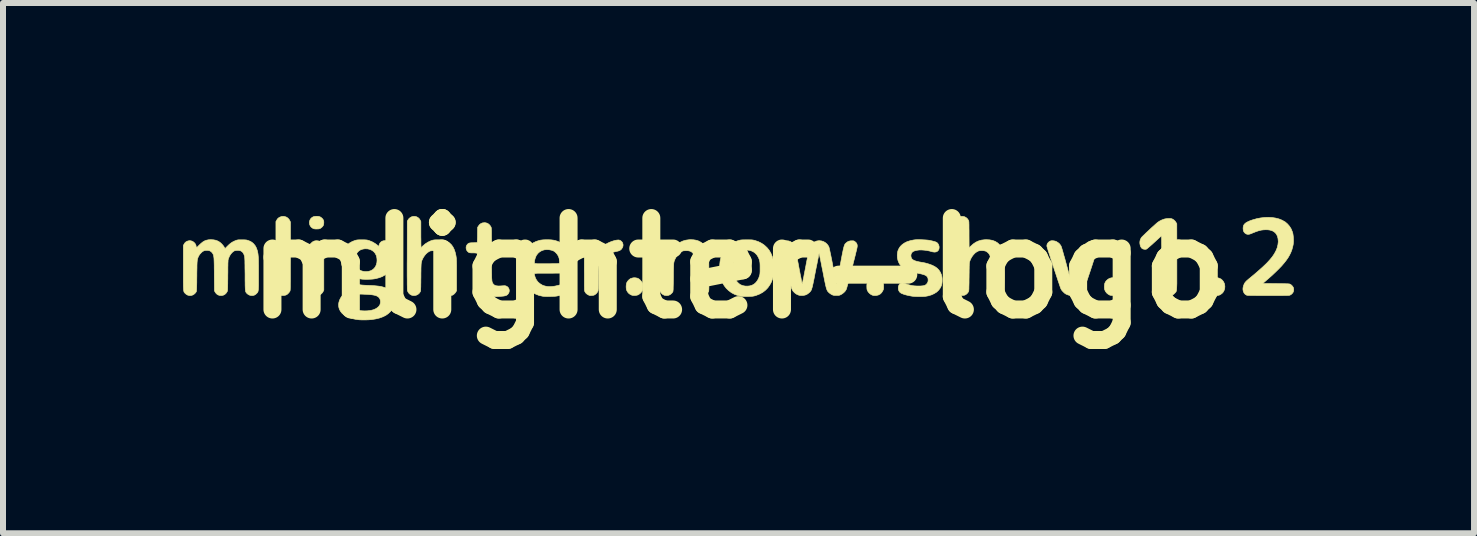
<source format=kicad_pcb>
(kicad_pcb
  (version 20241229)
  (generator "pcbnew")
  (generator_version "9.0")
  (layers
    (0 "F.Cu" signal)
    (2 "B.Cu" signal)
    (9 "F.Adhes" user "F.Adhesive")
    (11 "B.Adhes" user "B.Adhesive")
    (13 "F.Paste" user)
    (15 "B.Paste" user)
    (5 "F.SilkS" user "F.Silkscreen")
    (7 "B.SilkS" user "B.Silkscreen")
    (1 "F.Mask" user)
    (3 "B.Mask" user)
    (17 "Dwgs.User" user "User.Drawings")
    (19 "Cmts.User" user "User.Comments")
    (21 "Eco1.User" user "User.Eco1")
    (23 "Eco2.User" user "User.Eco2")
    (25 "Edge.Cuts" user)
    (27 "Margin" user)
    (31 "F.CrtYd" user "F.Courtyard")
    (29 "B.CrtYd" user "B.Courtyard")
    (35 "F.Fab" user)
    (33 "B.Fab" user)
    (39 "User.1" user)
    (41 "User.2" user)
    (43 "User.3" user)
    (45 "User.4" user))
  (footprint "mlighter-logo"
    (layer "F.Cu")
    (at 9.255 1.418)
    (property "Reference" "mlighter-logo" (at 0 0 0) (layer "F.SilkS") (effects (font (size 1.524 1.524) (thickness 0.3))))
    (attr through_hole)
    (fp_poly (pts (xy 7.987 0.161) (xy 8.016 0.169) (xy 8.043 0.183) (xy 8.066 0.203) (xy 8.085 0.229) (xy 8.099 0.26) (xy 8.101 0.267) (xy 8.106 0.302) (xy 8.104 0.336) (xy 8.095 0.368) (xy 8.08 0.397) (xy 8.059 0.421) (xy 8.033 0.44) (xy 8.015 0.449) (xy 7.996 0.454) (xy 7.972 0.457) (xy 7.949 0.457) (xy 7.929 0.454) (xy 7.925 0.453) (xy 7.897 0.441) (xy 7.871 0.421) (xy 7.849 0.397) (xy 7.835 0.373) (xy 7.83 0.362) (xy 7.827 0.35) (xy 7.826 0.334) (xy 7.825 0.313) (xy 7.825 0.309) (xy 7.827 0.279) (xy 7.831 0.255) (xy 7.839 0.235) (xy 7.851 0.216) (xy 7.87 0.197) (xy 7.87 0.197) (xy 7.897 0.177) (xy 7.927 0.165) (xy 7.957 0.159) (xy 7.987 0.161)) (stroke (width 0.01) (type solid)) (fill yes) (layer "F.SilkS"))
    (fp_poly (pts (xy -7.004 -0.863) (xy -6.988 -0.86) (xy -6.974 -0.855) (xy -6.97 -0.854) (xy -6.949 -0.84) (xy -6.93 -0.822) (xy -6.916 -0.801) (xy -6.915 -0.797) (xy -6.91 -0.78) (xy -6.909 -0.758) (xy -6.911 -0.736) (xy -6.915 -0.717) (xy -6.917 -0.713) (xy -6.927 -0.697) (xy -6.943 -0.68) (xy -6.961 -0.666) (xy -6.978 -0.657) (xy -6.98 -0.657) (xy -6.993 -0.654) (xy -7.012 -0.653) (xy -7.033 -0.652) (xy -7.053 -0.653) (xy -7.068 -0.655) (xy -7.074 -0.656) (xy -7.1 -0.668) (xy -7.121 -0.685) (xy -7.136 -0.706) (xy -7.146 -0.73) (xy -7.15 -0.756) (xy -7.147 -0.782) (xy -7.138 -0.806) (xy -7.123 -0.829) (xy -7.109 -0.841) (xy -7.092 -0.852) (xy -7.075 -0.859) (xy -7.055 -0.862) (xy -7.029 -0.864) (xy -7.025 -0.864) (xy -7.004 -0.863)) (stroke (width 0.01) (type solid)) (fill yes) (layer "F.SilkS"))
    (fp_poly (pts (xy -1.71 0.162) (xy -1.682 0.168) (xy -1.665 0.176) (xy -1.647 0.189) (xy -1.629 0.207) (xy -1.613 0.227) (xy -1.601 0.246) (xy -1.598 0.254) (xy -1.593 0.275) (xy -1.592 0.301) (xy -1.593 0.328) (xy -1.596 0.353) (xy -1.602 0.374) (xy -1.604 0.378) (xy -1.618 0.401) (xy -1.638 0.422) (xy -1.661 0.439) (xy -1.671 0.445) (xy -1.69 0.451) (xy -1.714 0.455) (xy -1.74 0.456) (xy -1.763 0.454) (xy -1.776 0.451) (xy -1.804 0.438) (xy -1.829 0.419) (xy -1.849 0.395) (xy -1.863 0.368) (xy -1.867 0.355) (xy -1.87 0.332) (xy -1.871 0.307) (xy -1.869 0.28) (xy -1.865 0.257) (xy -1.859 0.239) (xy -1.845 0.217) (xy -1.826 0.196) (xy -1.805 0.179) (xy -1.796 0.174) (xy -1.769 0.165) (xy -1.74 0.16) (xy -1.71 0.162)) (stroke (width 0.01) (type solid)) (fill yes) (layer "F.SilkS"))
    (fp_poly (pts (xy 6.268 0.163) (xy 6.296 0.171) (xy 6.322 0.187) (xy 6.343 0.207) (xy 6.358 0.226) (xy 6.368 0.243) (xy 6.374 0.263) (xy 6.377 0.287) (xy 6.378 0.309) (xy 6.377 0.33) (xy 6.376 0.345) (xy 6.374 0.357) (xy 6.371 0.367) (xy 6.366 0.377) (xy 6.349 0.403) (xy 6.327 0.426) (xy 6.3 0.444) (xy 6.299 0.445) (xy 6.278 0.452) (xy 6.253 0.456) (xy 6.226 0.456) (xy 6.201 0.453) (xy 6.186 0.449) (xy 6.159 0.433) (xy 6.134 0.412) (xy 6.115 0.385) (xy 6.111 0.376) (xy 6.104 0.361) (xy 6.101 0.348) (xy 6.099 0.333) (xy 6.098 0.314) (xy 6.098 0.311) (xy 6.1 0.279) (xy 6.105 0.253) (xy 6.116 0.23) (xy 6.131 0.209) (xy 6.133 0.208) (xy 6.159 0.185) (xy 6.188 0.169) (xy 6.22 0.161) (xy 6.234 0.16) (xy 6.268 0.163)) (stroke (width 0.01) (type solid)) (fill yes) (layer "F.SilkS"))
    (fp_poly (pts (xy -7.558 -0.859) (xy -7.53 -0.849) (xy -7.506 -0.832) (xy -7.486 -0.809) (xy -7.476 -0.791) (xy -7.465 -0.768) (xy -7.465 -0.203) (xy -7.465 -0.12) (xy -7.466 -0.044) (xy -7.466 0.023) (xy -7.466 0.084) (xy -7.466 0.137) (xy -7.466 0.184) (xy -7.466 0.225) (xy -7.467 0.26) (xy -7.467 0.289) (xy -7.467 0.314) (xy -7.468 0.334) (xy -7.468 0.35) (xy -7.469 0.362) (xy -7.47 0.37) (xy -7.471 0.376) (xy -7.471 0.378) (xy -7.479 0.393) (xy -7.492 0.41) (xy -7.508 0.427) (xy -7.524 0.44) (xy -7.533 0.445) (xy -7.549 0.451) (xy -7.57 0.455) (xy -7.592 0.456) (xy -7.613 0.455) (xy -7.627 0.452) (xy -7.646 0.442) (xy -7.666 0.427) (xy -7.684 0.408) (xy -7.694 0.394) (xy -7.707 0.37) (xy -7.707 -0.777) (xy -7.697 -0.794) (xy -7.683 -0.818) (xy -7.666 -0.835) (xy -7.645 -0.848) (xy -7.617 -0.859) (xy -7.587 -0.863) (xy -7.558 -0.859)) (stroke (width 0.01) (type solid)) (fill yes) (layer "F.SilkS"))
    (fp_poly (pts (xy 2.315 0.164) (xy 2.345 0.176) (xy 2.372 0.195) (xy 2.395 0.22) (xy 2.409 0.245) (xy 2.414 0.256) (xy 2.417 0.267) (xy 2.419 0.282) (xy 2.419 0.302) (xy 2.419 0.307) (xy 2.419 0.327) (xy 2.418 0.342) (xy 2.416 0.353) (xy 2.412 0.364) (xy 2.405 0.378) (xy 2.387 0.408) (xy 2.363 0.431) (xy 2.334 0.447) (xy 2.302 0.455) (xy 2.278 0.457) (xy 2.262 0.456) (xy 2.248 0.455) (xy 2.239 0.453) (xy 2.211 0.441) (xy 2.185 0.421) (xy 2.163 0.397) (xy 2.149 0.373) (xy 2.145 0.362) (xy 2.142 0.35) (xy 2.141 0.335) (xy 2.14 0.314) (xy 2.14 0.309) (xy 2.14 0.288) (xy 2.141 0.273) (xy 2.143 0.262) (xy 2.147 0.251) (xy 2.152 0.24) (xy 2.166 0.218) (xy 2.186 0.196) (xy 2.208 0.179) (xy 2.23 0.168) (xy 2.232 0.167) (xy 2.25 0.163) (xy 2.272 0.16) (xy 2.283 0.16) (xy 2.315 0.164)) (stroke (width 0.01) (type solid)) (fill yes) (layer "F.SilkS"))
    (fp_poly (pts (xy -7.019 -0.456) (xy -7.002 -0.454) (xy -6.986 -0.45) (xy -6.977 -0.447) (xy -6.956 -0.432) (xy -6.936 -0.413) (xy -6.921 -0.392) (xy -6.919 -0.387) (xy -6.909 -0.366) (xy -6.909 0.366) (xy -6.919 0.387) (xy -6.932 0.409) (xy -6.951 0.429) (xy -6.973 0.444) (xy -6.977 0.447) (xy -6.993 0.452) (xy -7.014 0.455) (xy -7.037 0.456) (xy -7.058 0.454) (xy -7.074 0.45) (xy -7.088 0.443) (xy -7.104 0.431) (xy -7.114 0.422) (xy -7.12 0.416) (xy -7.126 0.41) (xy -7.13 0.405) (xy -7.135 0.4) (xy -7.138 0.393) (xy -7.141 0.385) (xy -7.143 0.375) (xy -7.145 0.362) (xy -7.147 0.346) (xy -7.148 0.326) (xy -7.149 0.302) (xy -7.149 0.273) (xy -7.15 0.239) (xy -7.15 0.199) (xy -7.15 0.152) (xy -7.15 0.098) (xy -7.15 0.037) (xy -7.15 0.000001) (xy -7.15 -0.066) (xy -7.15 -0.124) (xy -7.15 -0.174) (xy -7.15 -0.218) (xy -7.15 -0.255) (xy -7.149 -0.287) (xy -7.148 -0.314) (xy -7.147 -0.336) (xy -7.146 -0.354) (xy -7.144 -0.368) (xy -7.142 -0.38) (xy -7.14 -0.389) (xy -7.136 -0.396) (xy -7.133 -0.402) (xy -7.128 -0.408) (xy -7.123 -0.413) (xy -7.118 -0.418) (xy -7.114 -0.422) (xy -7.091 -0.441) (xy -7.066 -0.452) (xy -7.038 -0.457) (xy -7.019 -0.456)) (stroke (width 0.01) (type solid)) (fill yes) (layer "F.SilkS"))
    (fp_poly (pts (xy -1.989 -0.468) (xy -1.969 -0.461) (xy -1.951 -0.448) (xy -1.936 -0.431) (xy -1.931 -0.422) (xy -1.923 -0.397) (xy -1.923 -0.37) (xy -1.931 -0.345) (xy -1.946 -0.321) (xy -1.954 -0.312) (xy -1.967 -0.301) (xy -1.981 -0.293) (xy -1.997 -0.287) (xy -2.019 -0.281) (xy -2.037 -0.278) (xy -2.095 -0.263) (xy -2.147 -0.243) (xy -2.194 -0.217) (xy -2.234 -0.185) (xy -2.268 -0.148) (xy -2.296 -0.105) (xy -2.317 -0.057) (xy -2.32 -0.049) (xy -2.323 -0.041) (xy -2.324 -0.034) (xy -2.326 -0.027) (xy -2.327 -0.017) (xy -2.328 -0.006) (xy -2.329 0.009) (xy -2.33 0.028) (xy -2.331 0.052) (xy -2.331 0.081) (xy -2.332 0.117) (xy -2.332 0.16) (xy -2.332 0.176) (xy -2.333 0.221) (xy -2.333 0.26) (xy -2.334 0.291) (xy -2.335 0.316) (xy -2.335 0.336) (xy -2.336 0.351) (xy -2.337 0.363) (xy -2.338 0.372) (xy -2.339 0.378) (xy -2.341 0.384) (xy -2.343 0.388) (xy -2.344 0.389) (xy -2.357 0.411) (xy -2.375 0.43) (xy -2.396 0.445) (xy -2.4 0.447) (xy -2.414 0.452) (xy -2.433 0.455) (xy -2.447 0.456) (xy -2.464 0.457) (xy -2.477 0.456) (xy -2.489 0.452) (xy -2.504 0.445) (xy -2.505 0.444) (xy -2.525 0.432) (xy -2.541 0.418) (xy -2.555 0.398) (xy -2.56 0.389) (xy -2.561 0.387) (xy -2.562 0.383) (xy -2.563 0.378) (xy -2.564 0.372) (xy -2.565 0.364) (xy -2.566 0.352) (xy -2.566 0.337) (xy -2.566 0.319) (xy -2.567 0.296) (xy -2.567 0.268) (xy -2.567 0.235) (xy -2.567 0.196) (xy -2.567 0.15) (xy -2.567 0.097) (xy -2.568 0.036) (xy -2.568 -0.002) (xy -2.568 -0.379) (xy -2.555 -0.402) (xy -2.537 -0.426) (xy -2.514 -0.443) (xy -2.487 -0.454) (xy -2.473 -0.456) (xy -2.445 -0.456) (xy -2.422 -0.451) (xy -2.401 -0.44) (xy -2.383 -0.423) (xy -2.367 -0.405) (xy -2.356 -0.386) (xy -2.349 -0.365) (xy -2.346 -0.339) (xy -2.345 -0.318) (xy -2.345 -0.282) (xy -2.302 -0.324) (xy -2.271 -0.353) (xy -2.243 -0.376) (xy -2.215 -0.396) (xy -2.184 -0.413) (xy -2.172 -0.419) (xy -2.144 -0.432) (xy -2.113 -0.444) (xy -2.083 -0.454) (xy -2.053 -0.462) (xy -2.026 -0.467) (xy -2.003 -0.469) (xy -1.989 -0.468)) (stroke (width 0.01) (type solid)) (fill yes) (layer "F.SilkS"))
    (fp_poly (pts (xy 7.203 -0.826) (xy 7.223 -0.822) (xy 7.228 -0.82) (xy 7.255 -0.804) (xy 7.278 -0.782) (xy 7.292 -0.761) (xy 7.305 -0.739) (xy 7.306 -0.193) (xy 7.306 -0.112) (xy 7.306 -0.039) (xy 7.306 0.027) (xy 7.306 0.085) (xy 7.306 0.137) (xy 7.306 0.182) (xy 7.306 0.221) (xy 7.306 0.256) (xy 7.305 0.285) (xy 7.304 0.31) (xy 7.303 0.33) (xy 7.302 0.347) (xy 7.301 0.361) (xy 7.299 0.372) (xy 7.297 0.381) (xy 7.295 0.388) (xy 7.292 0.394) (xy 7.289 0.399) (xy 7.285 0.403) (xy 7.281 0.407) (xy 7.277 0.412) (xy 7.274 0.415) (xy 7.255 0.434) (xy 7.236 0.446) (xy 7.215 0.453) (xy 7.188 0.456) (xy 7.186 0.456) (xy 7.158 0.455) (xy 7.138 0.452) (xy 7.135 0.451) (xy 7.114 0.44) (xy 7.094 0.423) (xy 7.076 0.403) (xy 7.066 0.388) (xy 7.055 0.366) (xy 7.054 -0.086) (xy 7.054 -0.147) (xy 7.053 -0.205) (xy 7.053 -0.261) (xy 7.053 -0.313) (xy 7.053 -0.361) (xy 7.052 -0.405) (xy 7.052 -0.443) (xy 7.052 -0.476) (xy 7.051 -0.502) (xy 7.051 -0.521) (xy 7.051 -0.533) (xy 7.05 -0.538) (xy 7.05 -0.538) (xy 7.047 -0.535) (xy 7.038 -0.527) (xy 7.024 -0.515) (xy 7.006 -0.499) (xy 6.984 -0.479) (xy 6.96 -0.457) (xy 6.934 -0.433) (xy 6.93 -0.43) (xy 6.903 -0.405) (xy 6.877 -0.382) (xy 6.854 -0.362) (xy 6.834 -0.345) (xy 6.818 -0.331) (xy 6.807 -0.322) (xy 6.801 -0.318) (xy 6.801 -0.317) (xy 6.781 -0.313) (xy 6.758 -0.315) (xy 6.738 -0.321) (xy 6.733 -0.323) (xy 6.717 -0.336) (xy 6.704 -0.356) (xy 6.695 -0.381) (xy 6.69 -0.408) (xy 6.689 -0.436) (xy 6.694 -0.463) (xy 6.695 -0.467) (xy 6.702 -0.485) (xy 6.711 -0.502) (xy 6.716 -0.51) (xy 6.721 -0.516) (xy 6.733 -0.528) (xy 6.748 -0.543) (xy 6.768 -0.562) (xy 6.79 -0.584) (xy 6.815 -0.607) (xy 6.841 -0.631) (xy 6.867 -0.656) (xy 6.893 -0.68) (xy 6.918 -0.702) (xy 6.941 -0.723) (xy 6.96 -0.74) (xy 6.976 -0.754) (xy 6.987 -0.763) (xy 7.017 -0.783) (xy 7.052 -0.801) (xy 7.089 -0.815) (xy 7.098 -0.818) (xy 7.124 -0.823) (xy 7.151 -0.826) (xy 7.179 -0.827) (xy 7.203 -0.826)) (stroke (width 0.01) (type solid)) (fill yes) (layer "F.SilkS"))
    (fp_poly (pts (xy 5.927 -0.456) (xy 5.938 -0.453) (xy 5.947 -0.448) (xy 5.969 -0.432) (xy 5.984 -0.411) (xy 5.992 -0.386) (xy 5.993 -0.378) (xy 5.993 -0.373) (xy 5.993 -0.368) (xy 5.992 -0.361) (xy 5.991 -0.352) (xy 5.988 -0.341) (xy 5.984 -0.328) (xy 5.979 -0.311) (xy 5.973 -0.29) (xy 5.965 -0.264) (xy 5.955 -0.234) (xy 5.943 -0.198) (xy 5.929 -0.155) (xy 5.913 -0.107) (xy 5.895 -0.051) (xy 5.883 -0.015) (xy 5.866 0.037) (xy 5.849 0.087) (xy 5.833 0.135) (xy 5.818 0.18) (xy 5.804 0.22) (xy 5.792 0.256) (xy 5.781 0.287) (xy 5.772 0.313) (xy 5.766 0.332) (xy 5.761 0.343) (xy 5.76 0.347) (xy 5.74 0.377) (xy 5.714 0.404) (xy 5.683 0.427) (xy 5.649 0.445) (xy 5.629 0.451) (xy 5.608 0.455) (xy 5.583 0.457) (xy 5.555 0.457) (xy 5.529 0.455) (xy 5.507 0.451) (xy 5.499 0.449) (xy 5.482 0.443) (xy 5.464 0.435) (xy 5.457 0.432) (xy 5.44 0.421) (xy 5.422 0.405) (xy 5.403 0.386) (xy 5.387 0.367) (xy 5.376 0.349) (xy 5.373 0.342) (xy 5.367 0.328) (xy 5.36 0.307) (xy 5.351 0.28) (xy 5.34 0.248) (xy 5.327 0.211) (xy 5.314 0.171) (xy 5.3 0.129) (xy 5.285 0.083) (xy 5.269 0.037) (xy 5.254 -0.01) (xy 5.238 -0.057) (xy 5.223 -0.104) (xy 5.208 -0.148) (xy 5.195 -0.191) (xy 5.182 -0.231) (xy 5.17 -0.267) (xy 5.16 -0.298) (xy 5.152 -0.325) (xy 5.146 -0.345) (xy 5.142 -0.359) (xy 5.14 -0.365) (xy 5.141 -0.386) (xy 5.149 -0.408) (xy 5.163 -0.427) (xy 5.181 -0.443) (xy 5.201 -0.453) (xy 5.221 -0.457) (xy 5.245 -0.456) (xy 5.271 -0.452) (xy 5.294 -0.445) (xy 5.297 -0.443) (xy 5.325 -0.426) (xy 5.351 -0.404) (xy 5.371 -0.377) (xy 5.375 -0.369) (xy 5.379 -0.361) (xy 5.384 -0.346) (xy 5.391 -0.324) (xy 5.4 -0.295) (xy 5.41 -0.259) (xy 5.422 -0.215) (xy 5.437 -0.165) (xy 5.453 -0.106) (xy 5.471 -0.039) (xy 5.478 -0.014) (xy 5.492 0.037) (xy 5.505 0.086) (xy 5.518 0.132) (xy 5.53 0.174) (xy 5.54 0.212) (xy 5.55 0.245) (xy 5.557 0.273) (xy 5.564 0.294) (xy 5.568 0.309) (xy 5.57 0.317) (xy 5.571 0.318) (xy 5.572 0.314) (xy 5.576 0.302) (xy 5.581 0.283) (xy 5.588 0.259) (xy 5.597 0.228) (xy 5.607 0.192) (xy 5.618 0.152) (xy 5.631 0.108) (xy 5.644 0.061) (xy 5.658 0.011) (xy 5.664 -0.012) (xy 5.678 -0.063) (xy 5.692 -0.113) (xy 5.705 -0.161) (xy 5.718 -0.205) (xy 5.729 -0.246) (xy 5.739 -0.281) (xy 5.748 -0.312) (xy 5.756 -0.336) (xy 5.761 -0.355) (xy 5.765 -0.365) (xy 5.766 -0.367) (xy 5.784 -0.398) (xy 5.809 -0.423) (xy 5.838 -0.441) (xy 5.871 -0.453) (xy 5.896 -0.456) (xy 5.914 -0.457) (xy 5.927 -0.456)) (stroke (width 0.01) (type solid)) (fill yes) (layer "F.SilkS"))
    (fp_poly (pts (xy 0.171 -0.472) (xy 0.195 -0.471) (xy 0.214 -0.471) (xy 0.229 -0.47) (xy 0.242 -0.468) (xy 0.254 -0.466) (xy 0.266 -0.463) (xy 0.277 -0.46) (xy 0.335 -0.44) (xy 0.388 -0.413) (xy 0.435 -0.38) (xy 0.477 -0.341) (xy 0.513 -0.297) (xy 0.542 -0.246) (xy 0.565 -0.19) (xy 0.582 -0.129) (xy 0.586 -0.108) (xy 0.591 -0.075) (xy 0.593 -0.036) (xy 0.594 0.005) (xy 0.593 0.045) (xy 0.59 0.083) (xy 0.586 0.108) (xy 0.572 0.17) (xy 0.551 0.228) (xy 0.523 0.28) (xy 0.49 0.327) (xy 0.45 0.368) (xy 0.405 0.403) (xy 0.354 0.431) (xy 0.299 0.453) (xy 0.277 0.46) (xy 0.261 0.464) (xy 0.246 0.467) (xy 0.232 0.469) (xy 0.215 0.47) (xy 0.194 0.471) (xy 0.167 0.472) (xy 0.155 0.472) (xy 0.127 0.473) (xy 0.101 0.472) (xy 0.078 0.472) (xy 0.06 0.471) (xy 0.049 0.47) (xy -0.009 0.457) (xy -0.064 0.437) (xy -0.115 0.41) (xy -0.161 0.376) (xy -0.202 0.337) (xy -0.236 0.293) (xy -0.262 0.249) (xy -0.282 0.203) (xy -0.297 0.154) (xy -0.307 0.1) (xy -0.313 0.042) (xy -0.314 0) (xy -0.313 -0.011) (xy -0.082 -0.011) (xy -0.082 0.002) (xy -0.082 0.041) (xy -0.08 0.074) (xy -0.077 0.101) (xy -0.072 0.126) (xy -0.066 0.148) (xy -0.057 0.171) (xy -0.05 0.186) (xy -0.037 0.208) (xy -0.019 0.231) (xy 0.002 0.252) (xy 0.024 0.27) (xy 0.04 0.279) (xy 0.074 0.292) (xy 0.112 0.299) (xy 0.152 0.3) (xy 0.19 0.296) (xy 0.191 0.296) (xy 0.229 0.284) (xy 0.263 0.265) (xy 0.293 0.238) (xy 0.318 0.205) (xy 0.338 0.166) (xy 0.352 0.125) (xy 0.355 0.113) (xy 0.358 0.101) (xy 0.359 0.088) (xy 0.36 0.072) (xy 0.361 0.053) (xy 0.361 0.027) (xy 0.361 0) (xy 0.361 -0.038) (xy 0.36 -0.07) (xy 0.358 -0.096) (xy 0.354 -0.119) (xy 0.349 -0.139) (xy 0.341 -0.159) (xy 0.332 -0.18) (xy 0.33 -0.184) (xy 0.308 -0.219) (xy 0.281 -0.248) (xy 0.249 -0.272) (xy 0.214 -0.288) (xy 0.176 -0.298) (xy 0.137 -0.301) (xy 0.097 -0.297) (xy 0.057 -0.285) (xy 0.033 -0.274) (xy 0.004 -0.254) (xy -0.023 -0.227) (xy -0.045 -0.193) (xy -0.063 -0.153) (xy -0.073 -0.119) (xy -0.076 -0.105) (xy -0.079 -0.092) (xy -0.081 -0.078) (xy -0.082 -0.06) (xy -0.082 -0.039) (xy -0.082 -0.011) (xy -0.313 -0.011) (xy -0.311 -0.062) (xy -0.305 -0.117) (xy -0.294 -0.167) (xy -0.278 -0.214) (xy -0.257 -0.259) (xy -0.235 -0.294) (xy -0.2 -0.339) (xy -0.16 -0.378) (xy -0.113 -0.411) (xy -0.061 -0.438) (xy -0.005 -0.458) (xy 0.004 -0.461) (xy 0.018 -0.464) (xy 0.03 -0.467) (xy 0.042 -0.469) (xy 0.056 -0.47) (xy 0.072 -0.471) (xy 0.093 -0.471) (xy 0.121 -0.472) (xy 0.14 -0.472) (xy 0.171 -0.472)) (stroke (width 0.01) (type solid)) (fill yes) (layer "F.SilkS"))
    (fp_poly (pts (xy 3.742 -0.862) (xy 3.768 -0.856) (xy 3.793 -0.843) (xy 3.815 -0.824) (xy 3.832 -0.799) (xy 3.834 -0.795) (xy 3.836 -0.79) (xy 3.838 -0.785) (xy 3.839 -0.779) (xy 3.84 -0.77) (xy 3.841 -0.758) (xy 3.841 -0.742) (xy 3.842 -0.721) (xy 3.842 -0.696) (xy 3.842 -0.664) (xy 3.843 -0.626) (xy 3.843 -0.58) (xy 3.843 -0.56) (xy 3.844 -0.339) (xy 3.874 -0.368) (xy 3.915 -0.404) (xy 3.958 -0.433) (xy 4.002 -0.453) (xy 4.051 -0.467) (xy 4.103 -0.473) (xy 4.132 -0.474) (xy 4.186 -0.471) (xy 4.234 -0.462) (xy 4.277 -0.446) (xy 4.314 -0.424) (xy 4.347 -0.395) (xy 4.374 -0.36) (xy 4.396 -0.317) (xy 4.413 -0.268) (xy 4.419 -0.245) (xy 4.424 -0.223) (xy 4.429 -0.197) (xy 4.432 -0.174) (xy 4.432 -0.171) (xy 4.433 -0.158) (xy 4.434 -0.138) (xy 4.435 -0.112) (xy 4.435 -0.081) (xy 4.436 -0.046) (xy 4.436 -0.007) (xy 4.436 0.034) (xy 4.437 0.076) (xy 4.437 0.119) (xy 4.437 0.162) (xy 4.436 0.203) (xy 4.436 0.242) (xy 4.435 0.279) (xy 4.435 0.311) (xy 4.434 0.338) (xy 4.433 0.36) (xy 4.433 0.375) (xy 4.432 0.382) (xy 4.423 0.4) (xy 4.408 0.419) (xy 4.39 0.435) (xy 4.371 0.447) (xy 4.343 0.456) (xy 4.315 0.457) (xy 4.287 0.451) (xy 4.262 0.438) (xy 4.24 0.418) (xy 4.224 0.395) (xy 4.214 0.375) (xy 4.212 0.119) (xy 4.211 0.062) (xy 4.21 0.013) (xy 4.21 -0.029) (xy 4.209 -0.064) (xy 4.208 -0.094) (xy 4.207 -0.119) (xy 4.206 -0.139) (xy 4.204 -0.156) (xy 4.202 -0.171) (xy 4.199 -0.183) (xy 4.196 -0.194) (xy 4.193 -0.204) (xy 4.189 -0.214) (xy 4.186 -0.22) (xy 4.172 -0.243) (xy 4.152 -0.263) (xy 4.129 -0.279) (xy 4.114 -0.285) (xy 4.091 -0.29) (xy 4.065 -0.292) (xy 4.037 -0.292) (xy 4.013 -0.289) (xy 4 -0.286) (xy 3.972 -0.272) (xy 3.943 -0.251) (xy 3.917 -0.224) (xy 3.893 -0.192) (xy 3.872 -0.156) (xy 3.856 -0.117) (xy 3.856 -0.116) (xy 3.854 -0.11) (xy 3.852 -0.103) (xy 3.851 -0.096) (xy 3.849 -0.088) (xy 3.848 -0.077) (xy 3.847 -0.064) (xy 3.847 -0.047) (xy 3.846 -0.026) (xy 3.846 0.000221) (xy 3.845 0.032) (xy 3.845 0.071) (xy 3.844 0.117) (xy 3.844 0.144) (xy 3.843 0.198) (xy 3.843 0.244) (xy 3.842 0.283) (xy 3.841 0.314) (xy 3.841 0.34) (xy 3.84 0.359) (xy 3.839 0.373) (xy 3.837 0.382) (xy 3.836 0.387) (xy 3.824 0.408) (xy 3.806 0.428) (xy 3.786 0.443) (xy 3.764 0.452) (xy 3.738 0.456) (xy 3.712 0.456) (xy 3.689 0.451) (xy 3.683 0.449) (xy 3.656 0.432) (xy 3.635 0.409) (xy 3.625 0.392) (xy 3.615 0.37) (xy 3.615 -0.203) (xy 3.615 -0.777) (xy 3.626 -0.799) (xy 3.643 -0.825) (xy 3.664 -0.843) (xy 3.688 -0.856) (xy 3.715 -0.862) (xy 3.742 -0.862)) (stroke (width 0.01) (type solid)) (fill yes) (layer "F.SilkS"))
    (fp_poly (pts (xy 3.057 -0.473) (xy 3.095 -0.471) (xy 3.13 -0.469) (xy 3.162 -0.466) (xy 3.186 -0.462) (xy 3.228 -0.453) (xy 3.262 -0.444) (xy 3.288 -0.436) (xy 3.306 -0.427) (xy 3.309 -0.425) (xy 3.325 -0.408) (xy 3.337 -0.386) (xy 3.344 -0.361) (xy 3.345 -0.347) (xy 3.342 -0.32) (xy 3.332 -0.298) (xy 3.317 -0.282) (xy 3.296 -0.271) (xy 3.271 -0.267) (xy 3.242 -0.27) (xy 3.225 -0.274) (xy 3.181 -0.286) (xy 3.136 -0.295) (xy 3.092 -0.3) (xy 3.049 -0.303) (xy 3.009 -0.302) (xy 2.973 -0.297) (xy 2.942 -0.29) (xy 2.916 -0.28) (xy 2.898 -0.267) (xy 2.897 -0.266) (xy 2.884 -0.249) (xy 2.877 -0.232) (xy 2.874 -0.21) (xy 2.874 -0.206) (xy 2.877 -0.184) (xy 2.884 -0.165) (xy 2.896 -0.148) (xy 2.915 -0.135) (xy 2.94 -0.123) (xy 2.972 -0.113) (xy 3.012 -0.104) (xy 3.028 -0.101) (xy 3.063 -0.095) (xy 3.091 -0.09) (xy 3.115 -0.085) (xy 3.137 -0.079) (xy 3.158 -0.073) (xy 3.177 -0.067) (xy 3.229 -0.048) (xy 3.274 -0.025) (xy 3.311 0.001) (xy 3.341 0.032) (xy 3.364 0.067) (xy 3.381 0.106) (xy 3.389 0.135) (xy 3.394 0.164) (xy 3.395 0.196) (xy 3.394 0.23) (xy 3.39 0.262) (xy 3.383 0.288) (xy 3.382 0.293) (xy 3.362 0.333) (xy 3.336 0.368) (xy 3.303 0.399) (xy 3.263 0.424) (xy 3.218 0.445) (xy 3.166 0.461) (xy 3.118 0.47) (xy 3.097 0.472) (xy 3.07 0.473) (xy 3.039 0.474) (xy 3.006 0.473) (xy 2.972 0.473) (xy 2.94 0.472) (xy 2.913 0.47) (xy 2.896 0.468) (xy 2.862 0.462) (xy 2.827 0.455) (xy 2.794 0.447) (xy 2.762 0.438) (xy 2.735 0.428) (xy 2.714 0.419) (xy 2.707 0.415) (xy 2.687 0.399) (xy 2.673 0.377) (xy 2.665 0.351) (xy 2.664 0.323) (xy 2.666 0.306) (xy 2.675 0.282) (xy 2.689 0.264) (xy 2.71 0.252) (xy 2.718 0.249) (xy 2.727 0.247) (xy 2.734 0.247) (xy 2.743 0.248) (xy 2.755 0.251) (xy 2.772 0.256) (xy 2.788 0.262) (xy 2.829 0.275) (xy 2.866 0.285) (xy 2.9 0.292) (xy 2.934 0.296) (xy 2.971 0.298) (xy 2.997 0.298) (xy 3.033 0.298) (xy 3.061 0.296) (xy 3.084 0.293) (xy 3.102 0.288) (xy 3.117 0.281) (xy 3.13 0.271) (xy 3.131 0.27) (xy 3.148 0.25) (xy 3.159 0.225) (xy 3.162 0.199) (xy 3.159 0.172) (xy 3.154 0.158) (xy 3.147 0.145) (xy 3.137 0.134) (xy 3.124 0.124) (xy 3.106 0.115) (xy 3.084 0.107) (xy 3.055 0.099) (xy 3.02 0.091) (xy 2.988 0.085) (xy 2.924 0.07) (xy 2.867 0.054) (xy 2.818 0.036) (xy 2.776 0.015) (xy 2.741 -0.009) (xy 2.711 -0.035) (xy 2.688 -0.064) (xy 2.674 -0.089) (xy 2.658 -0.13) (xy 2.649 -0.174) (xy 2.647 -0.219) (xy 2.652 -0.264) (xy 2.658 -0.289) (xy 2.675 -0.327) (xy 2.698 -0.362) (xy 2.729 -0.392) (xy 2.766 -0.418) (xy 2.809 -0.44) (xy 2.859 -0.456) (xy 2.914 -0.468) (xy 2.928 -0.47) (xy 2.953 -0.473) (xy 2.984 -0.474) (xy 3.02 -0.474) (xy 3.057 -0.473)) (stroke (width 0.01) (type solid)) (fill yes) (layer "F.SilkS"))
    (fp_poly (pts (xy -0.749 -0.472) (xy -0.71 -0.466) (xy -0.674 -0.456) (xy -0.656 -0.448) (xy -0.621 -0.429) (xy -0.59 -0.405) (xy -0.564 -0.376) (xy -0.543 -0.341) (xy -0.524 -0.301) (xy -0.509 -0.253) (xy -0.503 -0.224) (xy -0.501 -0.216) (xy -0.499 -0.207) (xy -0.498 -0.198) (xy -0.497 -0.188) (xy -0.496 -0.175) (xy -0.495 -0.159) (xy -0.495 -0.14) (xy -0.494 -0.117) (xy -0.494 -0.089) (xy -0.493 -0.055) (xy -0.493 -0.014) (xy -0.493 0.033) (xy -0.492 0.088) (xy -0.492 0.091) (xy -0.492 0.155) (xy -0.492 0.211) (xy -0.492 0.259) (xy -0.492 0.299) (xy -0.492 0.331) (xy -0.493 0.355) (xy -0.494 0.371) (xy -0.495 0.38) (xy -0.495 0.381) (xy -0.503 0.398) (xy -0.517 0.416) (xy -0.534 0.432) (xy -0.552 0.445) (xy -0.557 0.447) (xy -0.585 0.456) (xy -0.613 0.457) (xy -0.641 0.451) (xy -0.666 0.438) (xy -0.688 0.418) (xy -0.704 0.395) (xy -0.713 0.375) (xy -0.716 0.116) (xy -0.716 0.06) (xy -0.717 0.011) (xy -0.718 -0.031) (xy -0.718 -0.067) (xy -0.719 -0.096) (xy -0.72 -0.121) (xy -0.722 -0.142) (xy -0.724 -0.159) (xy -0.726 -0.174) (xy -0.729 -0.186) (xy -0.732 -0.197) (xy -0.736 -0.207) (xy -0.74 -0.217) (xy -0.745 -0.227) (xy -0.761 -0.252) (xy -0.781 -0.27) (xy -0.806 -0.283) (xy -0.836 -0.29) (xy -0.873 -0.291) (xy -0.878 -0.291) (xy -0.899 -0.29) (xy -0.914 -0.289) (xy -0.925 -0.286) (xy -0.937 -0.281) (xy -0.947 -0.275) (xy -0.974 -0.257) (xy -1.001 -0.233) (xy -1.025 -0.204) (xy -1.045 -0.173) (xy -1.049 -0.164) (xy -1.056 -0.151) (xy -1.061 -0.139) (xy -1.066 -0.128) (xy -1.07 -0.117) (xy -1.073 -0.105) (xy -1.076 -0.091) (xy -1.078 -0.075) (xy -1.079 -0.056) (xy -1.08 -0.032) (xy -1.081 -0.004) (xy -1.082 0.03) (xy -1.083 0.071) (xy -1.083 0.118) (xy -1.083 0.15) (xy -1.084 0.206) (xy -1.085 0.254) (xy -1.086 0.294) (xy -1.087 0.327) (xy -1.087 0.352) (xy -1.089 0.371) (xy -1.09 0.384) (xy -1.091 0.39) (xy -1.091 0.39) (xy -1.101 0.407) (xy -1.117 0.424) (xy -1.135 0.439) (xy -1.149 0.447) (xy -1.173 0.455) (xy -1.2 0.457) (xy -1.227 0.454) (xy -1.237 0.451) (xy -1.261 0.439) (xy -1.282 0.42) (xy -1.298 0.397) (xy -1.31 0.375) (xy -1.311 0.007) (xy -1.312 -0.06) (xy -1.312 -0.119) (xy -1.312 -0.17) (xy -1.312 -0.215) (xy -1.312 -0.253) (xy -1.311 -0.285) (xy -1.311 -0.313) (xy -1.31 -0.335) (xy -1.309 -0.354) (xy -1.308 -0.369) (xy -1.306 -0.381) (xy -1.304 -0.39) (xy -1.302 -0.398) (xy -1.299 -0.404) (xy -1.296 -0.409) (xy -1.292 -0.414) (xy -1.288 -0.419) (xy -1.287 -0.42) (xy -1.266 -0.438) (xy -1.241 -0.451) (xy -1.214 -0.457) (xy -1.186 -0.456) (xy -1.158 -0.447) (xy -1.157 -0.446) (xy -1.132 -0.43) (xy -1.112 -0.408) (xy -1.099 -0.382) (xy -1.093 -0.354) (xy -1.092 -0.346) (xy -1.092 -0.329) (xy -1.059 -0.362) (xy -1.017 -0.4) (xy -0.972 -0.43) (xy -0.925 -0.452) (xy -0.876 -0.466) (xy -0.823 -0.473) (xy -0.795 -0.474) (xy -0.749 -0.472)) (stroke (width 0.01) (type solid)) (fill yes) (layer "F.SilkS"))
    (fp_poly (pts (xy 8.893 -0.843) (xy 8.952 -0.834) (xy 9.007 -0.82) (xy 9.057 -0.8) (xy 9.102 -0.775) (xy 9.112 -0.769) (xy 9.15 -0.736) (xy 9.183 -0.698) (xy 9.21 -0.655) (xy 9.23 -0.607) (xy 9.238 -0.582) (xy 9.243 -0.552) (xy 9.247 -0.517) (xy 9.249 -0.479) (xy 9.249 -0.441) (xy 9.246 -0.406) (xy 9.244 -0.389) (xy 9.234 -0.346) (xy 9.222 -0.303) (xy 9.205 -0.26) (xy 9.184 -0.217) (xy 9.159 -0.174) (xy 9.129 -0.131) (xy 9.093 -0.085) (xy 9.053 -0.038) (xy 9.006 0.011) (xy 8.953 0.063) (xy 8.894 0.119) (xy 8.827 0.178) (xy 8.806 0.196) (xy 8.737 0.256) (xy 8.958 0.258) (xy 9.007 0.259) (xy 9.049 0.259) (xy 9.083 0.26) (xy 9.111 0.26) (xy 9.133 0.261) (xy 9.151 0.261) (xy 9.164 0.262) (xy 9.174 0.263) (xy 9.182 0.264) (xy 9.188 0.265) (xy 9.192 0.267) (xy 9.196 0.269) (xy 9.198 0.27) (xy 9.216 0.283) (xy 9.232 0.3) (xy 9.245 0.319) (xy 9.25 0.332) (xy 9.253 0.353) (xy 9.252 0.376) (xy 9.246 0.396) (xy 9.244 0.401) (xy 9.231 0.42) (xy 9.213 0.437) (xy 9.193 0.449) (xy 9.193 0.449) (xy 9.189 0.451) (xy 9.185 0.452) (xy 9.18 0.453) (xy 9.173 0.454) (xy 9.163 0.455) (xy 9.15 0.455) (xy 9.134 0.456) (xy 9.114 0.456) (xy 9.089 0.456) (xy 9.059 0.457) (xy 9.023 0.457) (xy 8.981 0.457) (xy 8.932 0.457) (xy 8.875 0.457) (xy 8.829 0.457) (xy 8.764 0.457) (xy 8.707 0.457) (xy 8.657 0.457) (xy 8.615 0.456) (xy 8.579 0.456) (xy 8.549 0.456) (xy 8.525 0.455) (xy 8.505 0.455) (xy 8.491 0.454) (xy 8.48 0.453) (xy 8.473 0.452) (xy 8.469 0.451) (xy 8.469 0.451) (xy 8.445 0.437) (xy 8.427 0.416) (xy 8.415 0.392) (xy 8.408 0.363) (xy 8.408 0.332) (xy 8.415 0.299) (xy 8.428 0.265) (xy 8.428 0.265) (xy 8.435 0.252) (xy 8.443 0.24) (xy 8.453 0.228) (xy 8.466 0.214) (xy 8.483 0.199) (xy 8.505 0.18) (xy 8.532 0.158) (xy 8.54 0.151) (xy 8.59 0.11) (xy 8.639 0.068) (xy 8.688 0.025) (xy 8.734 -0.016) (xy 8.775 -0.055) (xy 8.802 -0.081) (xy 8.853 -0.136) (xy 8.896 -0.188) (xy 8.931 -0.24) (xy 8.958 -0.29) (xy 8.978 -0.339) (xy 8.99 -0.388) (xy 8.996 -0.437) (xy 8.996 -0.448) (xy 8.992 -0.491) (xy 8.983 -0.529) (xy 8.967 -0.562) (xy 8.946 -0.589) (xy 8.919 -0.61) (xy 8.905 -0.618) (xy 8.879 -0.628) (xy 8.852 -0.635) (xy 8.822 -0.639) (xy 8.787 -0.64) (xy 8.748 -0.638) (xy 8.71 -0.633) (xy 8.67 -0.623) (xy 8.627 -0.609) (xy 8.58 -0.59) (xy 8.565 -0.584) (xy 8.536 -0.572) (xy 8.513 -0.565) (xy 8.493 -0.563) (xy 8.475 -0.565) (xy 8.459 -0.571) (xy 8.438 -0.586) (xy 8.422 -0.606) (xy 8.413 -0.631) (xy 8.41 -0.661) (xy 8.41 -0.663) (xy 8.412 -0.687) (xy 8.417 -0.708) (xy 8.427 -0.727) (xy 8.442 -0.743) (xy 8.462 -0.759) (xy 8.489 -0.773) (xy 8.522 -0.788) (xy 8.564 -0.803) (xy 8.568 -0.804) (xy 8.634 -0.823) (xy 8.7 -0.836) (xy 8.766 -0.844) (xy 8.83 -0.846) (xy 8.893 -0.843)) (stroke (width 0.01) (type solid)) (fill yes) (layer "F.SilkS"))
    (fp_poly (pts (xy -3.167 -0.473) (xy -3.122 -0.471) (xy -3.082 -0.466) (xy -3.047 -0.458) (xy -3.014 -0.447) (xy -2.98 -0.433) (xy -2.979 -0.432) (xy -2.933 -0.405) (xy -2.892 -0.371) (xy -2.855 -0.331) (xy -2.824 -0.287) (xy -2.799 -0.237) (xy -2.78 -0.184) (xy -2.767 -0.129) (xy -2.763 -0.071) (xy -2.762 -0.063) (xy -2.763 -0.043) (xy -2.763 -0.029) (xy -2.765 -0.018) (xy -2.769 -0.009) (xy -2.774 0.002) (xy -2.775 0.004) (xy -2.795 0.032) (xy -2.822 0.055) (xy -2.853 0.071) (xy -2.887 0.08) (xy -2.898 0.081) (xy -2.916 0.082) (xy -2.942 0.083) (xy -2.974 0.083) (xy -3.013 0.084) (xy -3.057 0.084) (xy -3.106 0.085) (xy -3.155 0.085) (xy -3.207 0.085) (xy -3.252 0.085) (xy -3.289 0.085) (xy -3.32 0.085) (xy -3.344 0.085) (xy -3.364 0.086) (xy -3.378 0.088) (xy -3.388 0.09) (xy -3.395 0.092) (xy -3.399 0.096) (xy -3.4 0.1) (xy -3.4 0.106) (xy -3.399 0.112) (xy -3.397 0.12) (xy -3.396 0.124) (xy -3.383 0.164) (xy -3.364 0.2) (xy -3.338 0.233) (xy -3.306 0.26) (xy -3.27 0.282) (xy -3.246 0.292) (xy -3.212 0.301) (xy -3.178 0.307) (xy -3.142 0.308) (xy -3.102 0.306) (xy -3.058 0.3) (xy -3.009 0.289) (xy -2.954 0.275) (xy -2.952 0.274) (xy -2.928 0.272) (xy -2.905 0.277) (xy -2.884 0.288) (xy -2.868 0.305) (xy -2.862 0.315) (xy -2.854 0.34) (xy -2.855 0.366) (xy -2.863 0.393) (xy -2.864 0.393) (xy -2.872 0.407) (xy -2.882 0.418) (xy -2.895 0.428) (xy -2.913 0.436) (xy -2.936 0.444) (xy -2.965 0.452) (xy -2.999 0.46) (xy -3.019 0.464) (xy -3.036 0.467) (xy -3.055 0.469) (xy -3.075 0.47) (xy -3.1 0.471) (xy -3.13 0.472) (xy -3.141 0.472) (xy -3.181 0.473) (xy -3.213 0.472) (xy -3.238 0.471) (xy -3.258 0.469) (xy -3.264 0.468) (xy -3.325 0.454) (xy -3.381 0.432) (xy -3.432 0.404) (xy -3.479 0.369) (xy -3.494 0.356) (xy -3.533 0.314) (xy -3.565 0.269) (xy -3.591 0.22) (xy -3.611 0.166) (xy -3.62 0.131) (xy -3.624 0.107) (xy -3.628 0.076) (xy -3.63 0.042) (xy -3.631 0.006) (xy -3.632 -0.029) (xy -3.63 -0.062) (xy -3.628 -0.086) (xy -3.627 -0.095) (xy -3.401 -0.095) (xy -3.401 -0.09) (xy -3.399 -0.085) (xy -3.396 -0.081) (xy -3.391 -0.078) (xy -3.382 -0.076) (xy -3.369 -0.075) (xy -3.352 -0.073) (xy -3.329 -0.073) (xy -3.301 -0.073) (xy -3.266 -0.073) (xy -3.224 -0.073) (xy -3.182 -0.073) (xy -3.135 -0.073) (xy -3.096 -0.074) (xy -3.064 -0.074) (xy -3.039 -0.074) (xy -3.019 -0.075) (xy -3.004 -0.076) (xy -2.993 -0.077) (xy -2.986 -0.078) (xy -2.982 -0.079) (xy -2.98 -0.08) (xy -2.98 -0.08) (xy -2.977 -0.092) (xy -2.977 -0.109) (xy -2.98 -0.13) (xy -2.985 -0.154) (xy -2.993 -0.179) (xy -3.002 -0.202) (xy -3.003 -0.203) (xy -3.017 -0.227) (xy -3.036 -0.25) (xy -3.057 -0.27) (xy -3.079 -0.285) (xy -3.082 -0.287) (xy -3.116 -0.299) (xy -3.155 -0.307) (xy -3.195 -0.309) (xy -3.234 -0.305) (xy -3.239 -0.304) (xy -3.276 -0.292) (xy -3.31 -0.273) (xy -3.339 -0.248) (xy -3.363 -0.218) (xy -3.372 -0.202) (xy -3.386 -0.166) (xy -3.396 -0.131) (xy -3.4 -0.102) (xy -3.401 -0.095) (xy -3.627 -0.095) (xy -3.617 -0.149) (xy -3.599 -0.208) (xy -3.575 -0.262) (xy -3.544 -0.31) (xy -3.508 -0.353) (xy -3.467 -0.39) (xy -3.421 -0.42) (xy -3.412 -0.425) (xy -3.374 -0.443) (xy -3.336 -0.456) (xy -3.298 -0.466) (xy -3.256 -0.471) (xy -3.21 -0.473) (xy -3.167 -0.473)) (stroke (width 0.01) (type solid)) (fill yes) (layer "F.SilkS"))
    (fp_poly (pts (xy -4.223 -0.757) (xy -4.206 -0.754) (xy -4.188 -0.749) (xy -4.18 -0.746) (xy -4.164 -0.735) (xy -4.147 -0.72) (xy -4.133 -0.702) (xy -4.123 -0.685) (xy -4.12 -0.678) (xy -4.118 -0.667) (xy -4.117 -0.648) (xy -4.115 -0.62) (xy -4.115 -0.584) (xy -4.115 -0.551) (xy -4.115 -0.515) (xy -4.114 -0.485) (xy -4.113 -0.46) (xy -4.112 -0.443) (xy -4.111 -0.433) (xy -4.11 -0.432) (xy -4.109 -0.429) (xy -4.106 -0.427) (xy -4.101 -0.426) (xy -4.093 -0.425) (xy -4.082 -0.424) (xy -4.065 -0.424) (xy -4.043 -0.423) (xy -4.013 -0.423) (xy -3.987 -0.423) (xy -3.951 -0.423) (xy -3.923 -0.423) (xy -3.901 -0.423) (xy -3.885 -0.422) (xy -3.872 -0.421) (xy -3.863 -0.42) (xy -3.856 -0.418) (xy -3.85 -0.416) (xy -3.85 -0.415) (xy -3.829 -0.401) (xy -3.812 -0.382) (xy -3.801 -0.358) (xy -3.797 -0.334) (xy -3.8 -0.319) (xy -3.808 -0.301) (xy -3.82 -0.284) (xy -3.832 -0.271) (xy -3.837 -0.267) (xy -3.854 -0.256) (xy -3.977 -0.254) (xy -4.015 -0.253) (xy -4.044 -0.253) (xy -4.067 -0.252) (xy -4.084 -0.251) (xy -4.096 -0.249) (xy -4.103 -0.248) (xy -4.108 -0.246) (xy -4.108 -0.246) (xy -4.11 -0.244) (xy -4.111 -0.241) (xy -4.112 -0.236) (xy -4.113 -0.229) (xy -4.114 -0.218) (xy -4.114 -0.204) (xy -4.114 -0.185) (xy -4.115 -0.16) (xy -4.114 -0.129) (xy -4.114 -0.092) (xy -4.114 -0.048) (xy -4.114 -0.021) (xy -4.113 0.031) (xy -4.113 0.075) (xy -4.112 0.112) (xy -4.112 0.143) (xy -4.111 0.169) (xy -4.109 0.19) (xy -4.108 0.207) (xy -4.106 0.22) (xy -4.103 0.231) (xy -4.1 0.24) (xy -4.096 0.249) (xy -4.092 0.257) (xy -4.089 0.26) (xy -4.075 0.276) (xy -4.056 0.288) (xy -4.031 0.295) (xy -3.999 0.298) (xy -3.96 0.297) (xy -3.949 0.296) (xy -3.92 0.294) (xy -3.898 0.293) (xy -3.881 0.295) (xy -3.867 0.3) (xy -3.855 0.307) (xy -3.845 0.314) (xy -3.829 0.333) (xy -3.821 0.355) (xy -3.818 0.378) (xy -3.822 0.401) (xy -3.832 0.422) (xy -3.846 0.44) (xy -3.866 0.454) (xy -3.887 0.461) (xy -3.915 0.466) (xy -3.949 0.469) (xy -3.985 0.472) (xy -4.023 0.474) (xy -4.059 0.474) (xy -4.092 0.473) (xy -4.12 0.471) (xy -4.13 0.47) (xy -4.159 0.463) (xy -4.19 0.454) (xy -4.218 0.442) (xy -4.241 0.43) (xy -4.244 0.428) (xy -4.273 0.406) (xy -4.296 0.379) (xy -4.315 0.347) (xy -4.331 0.307) (xy -4.336 0.29) (xy -4.338 0.283) (xy -4.339 0.275) (xy -4.341 0.267) (xy -4.342 0.258) (xy -4.343 0.247) (xy -4.344 0.233) (xy -4.345 0.215) (xy -4.345 0.193) (xy -4.346 0.166) (xy -4.346 0.133) (xy -4.347 0.094) (xy -4.347 0.048) (xy -4.347 0.006) (xy -4.35 -0.243) (xy -4.36 -0.249) (xy -4.371 -0.251) (xy -4.389 -0.253) (xy -4.415 -0.254) (xy -4.426 -0.254) (xy -4.449 -0.254) (xy -4.465 -0.255) (xy -4.477 -0.256) (xy -4.485 -0.258) (xy -4.492 -0.261) (xy -4.498 -0.265) (xy -4.517 -0.282) (xy -4.531 -0.303) (xy -4.537 -0.327) (xy -4.538 -0.351) (xy -4.531 -0.374) (xy -4.518 -0.395) (xy -4.512 -0.401) (xy -4.501 -0.41) (xy -4.489 -0.416) (xy -4.474 -0.42) (xy -4.455 -0.422) (xy -4.43 -0.423) (xy -4.414 -0.423) (xy -4.388 -0.424) (xy -4.37 -0.424) (xy -4.359 -0.426) (xy -4.353 -0.428) (xy -4.353 -0.429) (xy -4.352 -0.434) (xy -4.351 -0.447) (xy -4.35 -0.466) (xy -4.349 -0.49) (xy -4.348 -0.518) (xy -4.348 -0.549) (xy -4.348 -0.557) (xy -4.346 -0.679) (xy -4.334 -0.699) (xy -4.315 -0.724) (xy -4.291 -0.743) (xy -4.263 -0.754) (xy -4.231 -0.757) (xy -4.223 -0.757)) (stroke (width 0.01) (type solid)) (fill yes) (layer "F.SilkS"))
    (fp_poly (pts (xy -5.365 -0.856) (xy -5.34 -0.843) (xy -5.319 -0.824) (xy -5.303 -0.799) (xy -5.292 -0.777) (xy -5.292 -0.56) (xy -5.292 -0.518) (xy -5.291 -0.479) (xy -5.291 -0.443) (xy -5.291 -0.411) (xy -5.29 -0.385) (xy -5.29 -0.364) (xy -5.289 -0.35) (xy -5.289 -0.343) (xy -5.288 -0.343) (xy -5.284 -0.346) (xy -5.276 -0.353) (xy -5.265 -0.364) (xy -5.262 -0.367) (xy -5.22 -0.403) (xy -5.173 -0.433) (xy -5.122 -0.457) (xy -5.105 -0.462) (xy -5.093 -0.466) (xy -5.081 -0.468) (xy -5.068 -0.47) (xy -5.053 -0.471) (xy -5.033 -0.472) (xy -5.007 -0.472) (xy -5 -0.472) (xy -4.972 -0.472) (xy -4.951 -0.471) (xy -4.936 -0.47) (xy -4.923 -0.469) (xy -4.911 -0.466) (xy -4.899 -0.463) (xy -4.891 -0.46) (xy -4.85 -0.443) (xy -4.815 -0.42) (xy -4.784 -0.391) (xy -4.758 -0.355) (xy -4.737 -0.313) (xy -4.72 -0.264) (xy -4.707 -0.208) (xy -4.705 -0.194) (xy -4.703 -0.183) (xy -4.702 -0.172) (xy -4.7 -0.159) (xy -4.7 -0.145) (xy -4.699 -0.127) (xy -4.698 -0.107) (xy -4.698 -0.081) (xy -4.697 -0.051) (xy -4.697 -0.016) (xy -4.697 0.026) (xy -4.697 0.076) (xy -4.697 0.114) (xy -4.697 0.375) (xy -4.706 0.393) (xy -4.72 0.413) (xy -4.738 0.432) (xy -4.757 0.446) (xy -4.759 0.448) (xy -4.77 0.452) (xy -4.786 0.454) (xy -4.807 0.455) (xy -4.81 0.455) (xy -4.828 0.455) (xy -4.84 0.454) (xy -4.849 0.451) (xy -4.859 0.446) (xy -4.869 0.439) (xy -4.883 0.428) (xy -4.895 0.417) (xy -4.901 0.409) (xy -4.906 0.402) (xy -4.91 0.395) (xy -4.913 0.388) (xy -4.916 0.379) (xy -4.918 0.369) (xy -4.92 0.355) (xy -4.921 0.339) (xy -4.922 0.318) (xy -4.923 0.292) (xy -4.923 0.261) (xy -4.923 0.224) (xy -4.923 0.179) (xy -4.923 0.127) (xy -4.923 0.125) (xy -4.923 0.077) (xy -4.924 0.032) (xy -4.924 -0.01) (xy -4.925 -0.047) (xy -4.925 -0.08) (xy -4.926 -0.106) (xy -4.927 -0.126) (xy -4.928 -0.138) (xy -4.928 -0.139) (xy -4.934 -0.179) (xy -4.944 -0.211) (xy -4.957 -0.237) (xy -4.974 -0.258) (xy -4.995 -0.273) (xy -5.002 -0.277) (xy -5.013 -0.283) (xy -5.022 -0.286) (xy -5.032 -0.288) (xy -5.045 -0.29) (xy -5.063 -0.29) (xy -5.078 -0.29) (xy -5.1 -0.29) (xy -5.115 -0.289) (xy -5.127 -0.288) (xy -5.137 -0.285) (xy -5.147 -0.281) (xy -5.153 -0.278) (xy -5.18 -0.26) (xy -5.206 -0.237) (xy -5.23 -0.208) (xy -5.252 -0.175) (xy -5.264 -0.151) (xy -5.269 -0.14) (xy -5.274 -0.13) (xy -5.277 -0.119) (xy -5.28 -0.109) (xy -5.283 -0.097) (xy -5.285 -0.083) (xy -5.287 -0.066) (xy -5.288 -0.046) (xy -5.289 -0.021) (xy -5.29 0.009) (xy -5.29 0.045) (xy -5.291 0.088) (xy -5.291 0.139) (xy -5.291 0.15) (xy -5.292 0.2) (xy -5.292 0.242) (xy -5.293 0.277) (xy -5.293 0.306) (xy -5.294 0.329) (xy -5.295 0.347) (xy -5.295 0.361) (xy -5.296 0.372) (xy -5.297 0.38) (xy -5.299 0.386) (xy -5.3 0.39) (xy -5.302 0.394) (xy -5.303 0.396) (xy -5.321 0.421) (xy -5.344 0.44) (xy -5.371 0.452) (xy -5.401 0.457) (xy -5.404 0.457) (xy -5.421 0.456) (xy -5.437 0.453) (xy -5.445 0.451) (xy -5.47 0.438) (xy -5.492 0.418) (xy -5.508 0.394) (xy -5.516 0.372) (xy -5.517 0.366) (xy -5.517 0.353) (xy -5.518 0.334) (xy -5.518 0.308) (xy -5.519 0.275) (xy -5.519 0.235) (xy -5.519 0.188) (xy -5.52 0.133) (xy -5.52 0.071) (xy -5.52 0.001) (xy -5.52 -0.077) (xy -5.519 -0.164) (xy -5.519 -0.214) (xy -5.518 -0.781) (xy -5.509 -0.799) (xy -5.491 -0.824) (xy -5.469 -0.843) (xy -5.444 -0.856) (xy -5.418 -0.862) (xy -5.391 -0.862) (xy -5.365 -0.856)) (stroke (width 0.01) (type solid)) (fill yes) (layer "F.SilkS"))
    (fp_poly (pts (xy -8.751 -0.472) (xy -8.716 -0.466) (xy -8.684 -0.455) (xy -8.665 -0.446) (xy -8.64 -0.43) (xy -8.615 -0.408) (xy -8.592 -0.383) (xy -8.572 -0.356) (xy -8.569 -0.35) (xy -8.555 -0.326) (xy -8.514 -0.367) (xy -8.483 -0.397) (xy -8.454 -0.42) (xy -8.425 -0.438) (xy -8.394 -0.453) (xy -8.382 -0.458) (xy -8.368 -0.463) (xy -8.357 -0.467) (xy -8.347 -0.469) (xy -8.335 -0.471) (xy -8.321 -0.472) (xy -8.301 -0.472) (xy -8.275 -0.472) (xy -8.274 -0.472) (xy -8.247 -0.472) (xy -8.227 -0.471) (xy -8.212 -0.47) (xy -8.199 -0.469) (xy -8.188 -0.466) (xy -8.176 -0.463) (xy -8.168 -0.46) (xy -8.135 -0.447) (xy -8.108 -0.431) (xy -8.084 -0.411) (xy -8.073 -0.399) (xy -8.05 -0.37) (xy -8.033 -0.337) (xy -8.019 -0.298) (xy -8.016 -0.286) (xy -8.012 -0.271) (xy -8.009 -0.255) (xy -8.006 -0.239) (xy -8.004 -0.221) (xy -8.002 -0.2) (xy -8 -0.177) (xy -7.999 -0.15) (xy -7.998 -0.118) (xy -7.998 -0.081) (xy -7.997 -0.039) (xy -7.997 0.011) (xy -7.997 0.067) (xy -7.997 0.104) (xy -7.997 0.16) (xy -7.997 0.208) (xy -7.997 0.249) (xy -7.997 0.284) (xy -7.998 0.313) (xy -7.999 0.336) (xy -8 0.356) (xy -8.002 0.371) (xy -8.004 0.383) (xy -8.007 0.393) (xy -8.011 0.401) (xy -8.015 0.408) (xy -8.021 0.414) (xy -8.027 0.42) (xy -8.032 0.426) (xy -8.052 0.442) (xy -8.072 0.452) (xy -8.096 0.457) (xy -8.112 0.457) (xy -8.139 0.453) (xy -8.165 0.442) (xy -8.187 0.425) (xy -8.191 0.421) (xy -8.196 0.415) (xy -8.201 0.41) (xy -8.205 0.404) (xy -8.208 0.398) (xy -8.211 0.391) (xy -8.214 0.381) (xy -8.215 0.369) (xy -8.217 0.354) (xy -8.218 0.335) (xy -8.219 0.311) (xy -8.22 0.283) (xy -8.22 0.248) (xy -8.221 0.207) (xy -8.221 0.158) (xy -8.221 0.102) (xy -8.221 0.099) (xy -8.222 0.042) (xy -8.223 -0.007) (xy -8.223 -0.049) (xy -8.224 -0.085) (xy -8.224 -0.114) (xy -8.225 -0.138) (xy -8.226 -0.158) (xy -8.227 -0.173) (xy -8.228 -0.184) (xy -8.229 -0.193) (xy -8.23 -0.199) (xy -8.23 -0.199) (xy -8.242 -0.233) (xy -8.257 -0.259) (xy -8.276 -0.277) (xy -8.299 -0.29) (xy -8.328 -0.295) (xy -8.358 -0.295) (xy -8.38 -0.293) (xy -8.396 -0.289) (xy -8.408 -0.283) (xy -8.434 -0.263) (xy -8.457 -0.237) (xy -8.478 -0.205) (xy -8.494 -0.169) (xy -8.497 -0.161) (xy -8.499 -0.155) (xy -8.501 -0.149) (xy -8.502 -0.142) (xy -8.504 -0.134) (xy -8.505 -0.124) (xy -8.505 -0.111) (xy -8.506 -0.094) (xy -8.507 -0.073) (xy -8.507 -0.047) (xy -8.508 -0.016) (xy -8.508 0.022) (xy -8.508 0.067) (xy -8.509 0.119) (xy -8.509 0.121) (xy -8.509 0.173) (xy -8.51 0.218) (xy -8.51 0.256) (xy -8.511 0.287) (xy -8.511 0.313) (xy -8.512 0.333) (xy -8.512 0.35) (xy -8.513 0.362) (xy -8.514 0.371) (xy -8.515 0.378) (xy -8.516 0.383) (xy -8.518 0.387) (xy -8.52 0.391) (xy -8.52 0.392) (xy -8.539 0.42) (xy -8.561 0.44) (xy -8.587 0.452) (xy -8.616 0.457) (xy -8.619 0.457) (xy -8.651 0.454) (xy -8.679 0.443) (xy -8.701 0.425) (xy -8.719 0.401) (xy -8.731 0.379) (xy -8.734 0.106) (xy -8.734 0.048) (xy -8.735 -0.003) (xy -8.735 -0.046) (xy -8.736 -0.083) (xy -8.737 -0.114) (xy -8.738 -0.14) (xy -8.739 -0.161) (xy -8.741 -0.179) (xy -8.743 -0.193) (xy -8.745 -0.205) (xy -8.747 -0.215) (xy -8.75 -0.224) (xy -8.754 -0.232) (xy -8.758 -0.24) (xy -8.758 -0.24) (xy -8.771 -0.259) (xy -8.789 -0.276) (xy -8.809 -0.288) (xy -8.82 -0.292) (xy -8.851 -0.296) (xy -8.88 -0.295) (xy -8.907 -0.289) (xy -8.914 -0.285) (xy -8.935 -0.272) (xy -8.955 -0.253) (xy -8.975 -0.231) (xy -8.991 -0.207) (xy -8.996 -0.198) (xy -9.001 -0.186) (xy -9.006 -0.176) (xy -9.009 -0.166) (xy -9.013 -0.155) (xy -9.015 -0.143) (xy -9.018 -0.129) (xy -9.019 -0.113) (xy -9.021 -0.093) (xy -9.022 -0.068) (xy -9.023 -0.039) (xy -9.023 -0.005) (xy -9.024 0.036) (xy -9.025 0.085) (xy -9.025 0.131) (xy -9.026 0.189) (xy -9.026 0.238) (xy -9.027 0.28) (xy -9.028 0.315) (xy -9.029 0.342) (xy -9.03 0.363) (xy -9.031 0.378) (xy -9.032 0.387) (xy -9.033 0.39) (xy -9.043 0.407) (xy -9.059 0.424) (xy -9.077 0.439) (xy -9.091 0.447) (xy -9.119 0.456) (xy -9.149 0.457) (xy -9.177 0.45) (xy -9.185 0.446) (xy -9.201 0.437) (xy -9.216 0.424) (xy -9.222 0.418) (xy -9.227 0.413) (xy -9.231 0.408) (xy -9.235 0.403) (xy -9.238 0.397) (xy -9.24 0.391) (xy -9.243 0.382) (xy -9.244 0.371) (xy -9.246 0.358) (xy -9.247 0.341) (xy -9.248 0.32) (xy -9.249 0.295) (xy -9.249 0.265) (xy -9.25 0.229) (xy -9.25 0.188) (xy -9.25 0.139) (xy -9.25 0.084) (xy -9.25 0.021) (xy -9.25 -0.006) (xy -9.25 -0.375) (xy -9.24 -0.396) (xy -9.224 -0.421) (xy -9.204 -0.439) (xy -9.179 -0.451) (xy -9.153 -0.457) (xy -9.126 -0.456) (xy -9.1 -0.448) (xy -9.075 -0.432) (xy -9.074 -0.431) (xy -9.053 -0.408) (xy -9.04 -0.382) (xy -9.035 -0.358) (xy -9.033 -0.335) (xy -8.986 -0.383) (xy -8.954 -0.413) (xy -8.924 -0.437) (xy -8.895 -0.454) (xy -8.865 -0.465) (xy -8.833 -0.472) (xy -8.797 -0.474) (xy -8.791 -0.474) (xy -8.751 -0.472)) (stroke (width 0.01) (type solid)) (fill yes) (layer "F.SilkS"))
    (fp_poly (pts (xy -6.274 -0.472) (xy -6.246 -0.472) (xy -6.224 -0.471) (xy -6.207 -0.47) (xy -6.194 -0.469) (xy -6.182 -0.467) (xy -6.169 -0.463) (xy -6.157 -0.46) (xy -6.104 -0.439) (xy -6.055 -0.411) (xy -6.022 -0.387) (xy -6.008 -0.375) (xy -5.998 -0.368) (xy -5.993 -0.365) (xy -5.99 -0.366) (xy -5.99 -0.369) (xy -5.986 -0.392) (xy -5.975 -0.415) (xy -5.959 -0.434) (xy -5.939 -0.448) (xy -5.938 -0.448) (xy -5.914 -0.456) (xy -5.887 -0.458) (xy -5.86 -0.455) (xy -5.835 -0.447) (xy -5.833 -0.445) (xy -5.811 -0.43) (xy -5.792 -0.409) (xy -5.78 -0.386) (xy -5.778 -0.38) (xy -5.777 -0.37) (xy -5.776 -0.352) (xy -5.775 -0.326) (xy -5.775 -0.292) (xy -5.775 -0.25) (xy -5.775 -0.216) (xy -5.776 -0.176) (xy -5.776 -0.144) (xy -5.777 -0.118) (xy -5.778 -0.097) (xy -5.779 -0.081) (xy -5.78 -0.068) (xy -5.781 -0.057) (xy -5.783 -0.048) (xy -5.786 -0.038) (xy -5.786 -0.037) (xy -5.803 0.008) (xy -5.826 0.049) (xy -5.855 0.084) (xy -5.891 0.115) (xy -5.934 0.14) (xy -5.984 0.159) (xy -6.04 0.174) (xy -6.073 0.18) (xy -6.099 0.183) (xy -6.131 0.185) (xy -6.164 0.186) (xy -6.199 0.187) (xy -6.232 0.186) (xy -6.261 0.185) (xy -6.284 0.182) (xy -6.284 0.182) (xy -6.311 0.178) (xy -6.33 0.175) (xy -6.344 0.174) (xy -6.354 0.174) (xy -6.361 0.176) (xy -6.366 0.179) (xy -6.369 0.182) (xy -6.381 0.198) (xy -6.385 0.216) (xy -6.382 0.233) (xy -6.372 0.249) (xy -6.356 0.262) (xy -6.343 0.268) (xy -6.328 0.273) (xy -6.311 0.277) (xy -6.29 0.28) (xy -6.263 0.283) (xy -6.231 0.285) (xy -6.192 0.287) (xy -6.168 0.288) (xy -6.113 0.29) (xy -6.066 0.293) (xy -6.025 0.297) (xy -5.99 0.301) (xy -5.958 0.306) (xy -5.93 0.313) (xy -5.903 0.321) (xy -5.882 0.328) (xy -5.852 0.341) (xy -5.826 0.355) (xy -5.803 0.373) (xy -5.79 0.384) (xy -5.766 0.41) (xy -5.749 0.437) (xy -5.738 0.465) (xy -5.732 0.498) (xy -5.73 0.536) (xy -5.734 0.586) (xy -5.744 0.631) (xy -5.762 0.673) (xy -5.787 0.71) (xy -5.798 0.723) (xy -5.834 0.757) (xy -5.876 0.787) (xy -5.925 0.811) (xy -5.98 0.831) (xy -6.042 0.846) (xy -6.111 0.857) (xy -6.136 0.859) (xy -6.158 0.861) (xy -6.184 0.862) (xy -6.214 0.863) (xy -6.244 0.863) (xy -6.273 0.863) (xy -6.298 0.862) (xy -6.318 0.861) (xy -6.32 0.861) (xy -6.384 0.852) (xy -6.441 0.84) (xy -6.491 0.824) (xy -6.535 0.804) (xy -6.574 0.779) (xy -6.607 0.75) (xy -6.632 0.718) (xy -6.65 0.684) (xy -6.66 0.648) (xy -6.663 0.61) (xy -6.661 0.591) (xy -6.439 0.591) (xy -6.437 0.611) (xy -6.429 0.634) (xy -6.413 0.655) (xy -6.39 0.675) (xy -6.362 0.691) (xy -6.341 0.699) (xy -6.31 0.707) (xy -6.272 0.711) (xy -6.23 0.713) (xy -6.187 0.712) (xy -6.143 0.707) (xy -6.119 0.703) (xy -6.08 0.693) (xy -6.046 0.678) (xy -6.017 0.66) (xy -5.993 0.639) (xy -5.977 0.616) (xy -5.972 0.604) (xy -5.965 0.574) (xy -5.965 0.546) (xy -5.972 0.519) (xy -5.984 0.497) (xy -5.996 0.484) (xy -6.01 0.473) (xy -6.027 0.464) (xy -6.045 0.457) (xy -6.068 0.451) (xy -6.095 0.446) (xy -6.127 0.442) (xy -6.165 0.439) (xy -6.211 0.436) (xy -6.224 0.436) (xy -6.259 0.434) (xy -6.287 0.433) (xy -6.308 0.433) (xy -6.325 0.434) (xy -6.338 0.436) (xy -6.348 0.44) (xy -6.357 0.445) (xy -6.366 0.453) (xy -6.376 0.462) (xy -6.384 0.47) (xy -6.407 0.498) (xy -6.425 0.529) (xy -6.435 0.56) (xy -6.439 0.591) (xy -6.661 0.591) (xy -6.658 0.571) (xy -6.646 0.532) (xy -6.627 0.494) (xy -6.601 0.458) (xy -6.59 0.445) (xy -6.574 0.43) (xy -6.559 0.415) (xy -6.545 0.403) (xy -6.54 0.4) (xy -6.528 0.39) (xy -6.521 0.381) (xy -6.519 0.377) (xy -6.522 0.37) (xy -6.53 0.36) (xy -6.54 0.349) (xy -6.563 0.323) (xy -6.578 0.294) (xy -6.585 0.264) (xy -6.584 0.231) (xy -6.575 0.196) (xy -6.557 0.159) (xy -6.537 0.125) (xy -6.528 0.112) (xy -6.522 0.102) (xy -6.519 0.097) (xy -6.519 0.096) (xy -6.522 0.092) (xy -6.529 0.083) (xy -6.54 0.071) (xy -6.547 0.063) (xy -6.574 0.029) (xy -6.595 -0.009) (xy -6.609 -0.05) (xy -6.617 -0.096) (xy -6.619 -0.118) (xy -6.391 -0.118) (xy -6.385 -0.072) (xy -6.375 -0.04) (xy -6.36 -0.011) (xy -6.338 0.013) (xy -6.31 0.033) (xy -6.278 0.047) (xy -6.242 0.056) (xy -6.203 0.058) (xy -6.168 0.055) (xy -6.131 0.045) (xy -6.098 0.028) (xy -6.071 0.005) (xy -6.049 -0.023) (xy -6.034 -0.057) (xy -6.024 -0.096) (xy -6.024 -0.099) (xy -6.022 -0.13) (xy -6.024 -0.162) (xy -6.029 -0.192) (xy -6.035 -0.212) (xy -6.053 -0.246) (xy -6.076 -0.274) (xy -6.106 -0.296) (xy -6.14 -0.312) (xy -6.178 -0.321) (xy -6.18 -0.321) (xy -6.222 -0.323) (xy -6.261 -0.317) (xy -6.296 -0.305) (xy -6.326 -0.286) (xy -6.351 -0.26) (xy -6.37 -0.228) (xy -6.384 -0.191) (xy -6.389 -0.164) (xy -6.391 -0.118) (xy -6.619 -0.118) (xy -6.62 -0.123) (xy -6.619 -0.179) (xy -6.611 -0.231) (xy -6.595 -0.279) (xy -6.572 -0.324) (xy -6.541 -0.364) (xy -6.52 -0.386) (xy -6.479 -0.419) (xy -6.434 -0.444) (xy -6.386 -0.462) (xy -6.373 -0.466) (xy -6.36 -0.468) (xy -6.347 -0.47) (xy -6.331 -0.471) (xy -6.311 -0.472) (xy -6.285 -0.472) (xy -6.274 -0.472)) (stroke (width 0.01) (type solid)) (fill yes) (layer "F.SilkS"))
    (fp_poly (pts (xy 1.385 -0.453) (xy 1.419 -0.442) (xy 1.451 -0.423) (xy 1.478 -0.399) (xy 1.499 -0.37) (xy 1.506 -0.357) (xy 1.509 -0.349) (xy 1.513 -0.334) (xy 1.518 -0.313) (xy 1.524 -0.285) (xy 1.531 -0.251) (xy 1.54 -0.209) (xy 1.55 -0.16) (xy 1.561 -0.104) (xy 1.573 -0.04) (xy 1.587 0.032) (xy 1.602 0.111) (xy 1.619 0.199) (xy 1.621 0.213) (xy 1.625 0.232) (xy 1.629 0.248) (xy 1.632 0.258) (xy 1.633 0.262) (xy 1.633 0.262) (xy 1.635 0.258) (xy 1.637 0.247) (xy 1.641 0.228) (xy 1.646 0.203) (xy 1.653 0.172) (xy 1.66 0.136) (xy 1.668 0.096) (xy 1.676 0.051) (xy 1.685 0.004) (xy 1.695 -0.046) (xy 1.707 -0.107) (xy 1.717 -0.161) (xy 1.726 -0.208) (xy 1.734 -0.248) (xy 1.741 -0.282) (xy 1.747 -0.311) (xy 1.753 -0.335) (xy 1.758 -0.354) (xy 1.763 -0.37) (xy 1.767 -0.382) (xy 1.772 -0.392) (xy 1.776 -0.401) (xy 1.781 -0.407) (xy 1.787 -0.413) (xy 1.793 -0.418) (xy 1.796 -0.421) (xy 1.818 -0.438) (xy 1.84 -0.448) (xy 1.864 -0.454) (xy 1.888 -0.455) (xy 1.907 -0.455) (xy 1.919 -0.454) (xy 1.928 -0.451) (xy 1.935 -0.447) (xy 1.94 -0.443) (xy 1.96 -0.426) (xy 1.972 -0.408) (xy 1.979 -0.388) (xy 1.98 -0.375) (xy 1.98 -0.37) (xy 1.98 -0.363) (xy 1.979 -0.354) (xy 1.977 -0.343) (xy 1.974 -0.328) (xy 1.97 -0.31) (xy 1.965 -0.288) (xy 1.958 -0.262) (xy 1.951 -0.23) (xy 1.941 -0.192) (xy 1.93 -0.148) (xy 1.917 -0.098) (xy 1.903 -0.039) (xy 1.895 -0.008) (xy 1.877 0.061) (xy 1.861 0.122) (xy 1.847 0.176) (xy 1.835 0.222) (xy 1.824 0.261) (xy 1.815 0.294) (xy 1.808 0.319) (xy 1.802 0.339) (xy 1.798 0.352) (xy 1.795 0.358) (xy 1.778 0.385) (xy 1.755 0.409) (xy 1.727 0.43) (xy 1.706 0.442) (xy 1.693 0.448) (xy 1.682 0.452) (xy 1.671 0.454) (xy 1.656 0.455) (xy 1.637 0.455) (xy 1.632 0.455) (xy 1.611 0.455) (xy 1.596 0.454) (xy 1.584 0.452) (xy 1.573 0.449) (xy 1.56 0.443) (xy 1.557 0.442) (xy 1.535 0.429) (xy 1.514 0.413) (xy 1.507 0.407) (xy 1.5 0.399) (xy 1.493 0.392) (xy 1.487 0.385) (xy 1.482 0.376) (xy 1.477 0.366) (xy 1.472 0.354) (xy 1.467 0.339) (xy 1.462 0.321) (xy 1.456 0.298) (xy 1.45 0.271) (xy 1.443 0.238) (xy 1.435 0.2) (xy 1.426 0.155) (xy 1.416 0.103) (xy 1.406 0.051) (xy 1.396 0.003) (xy 1.387 -0.042) (xy 1.379 -0.085) (xy 1.371 -0.124) (xy 1.364 -0.158) (xy 1.358 -0.187) (xy 1.353 -0.211) (xy 1.349 -0.227) (xy 1.347 -0.237) (xy 1.347 -0.239) (xy 1.345 -0.242) (xy 1.342 -0.238) (xy 1.339 -0.226) (xy 1.338 -0.22) (xy 1.336 -0.211) (xy 1.333 -0.195) (xy 1.329 -0.171) (xy 1.323 -0.142) (xy 1.316 -0.108) (xy 1.309 -0.07) (xy 1.3 -0.027) (xy 1.291 0.017) (xy 1.282 0.064) (xy 1.28 0.073) (xy 1.269 0.129) (xy 1.26 0.178) (xy 1.251 0.219) (xy 1.244 0.255) (xy 1.237 0.284) (xy 1.232 0.309) (xy 1.226 0.329) (xy 1.221 0.345) (xy 1.217 0.359) (xy 1.212 0.369) (xy 1.206 0.378) (xy 1.201 0.386) (xy 1.195 0.393) (xy 1.188 0.401) (xy 1.183 0.405) (xy 1.154 0.429) (xy 1.124 0.445) (xy 1.09 0.454) (xy 1.065 0.456) (xy 1.041 0.456) (xy 1.021 0.454) (xy 1.004 0.45) (xy 1.002 0.449) (xy 0.966 0.433) (xy 0.935 0.41) (xy 0.909 0.382) (xy 0.892 0.351) (xy 0.889 0.343) (xy 0.884 0.328) (xy 0.878 0.306) (xy 0.87 0.278) (xy 0.861 0.244) (xy 0.851 0.205) (xy 0.839 0.162) (xy 0.827 0.116) (xy 0.814 0.066) (xy 0.801 0.014) (xy 0.794 -0.015) (xy 0.777 -0.078) (xy 0.763 -0.133) (xy 0.751 -0.182) (xy 0.741 -0.224) (xy 0.732 -0.26) (xy 0.725 -0.29) (xy 0.719 -0.315) (xy 0.715 -0.336) (xy 0.712 -0.353) (xy 0.71 -0.367) (xy 0.709 -0.378) (xy 0.709 -0.387) (xy 0.71 -0.394) (xy 0.712 -0.4) (xy 0.715 -0.405) (xy 0.718 -0.411) (xy 0.721 -0.415) (xy 0.739 -0.435) (xy 0.759 -0.448) (xy 0.785 -0.455) (xy 0.798 -0.456) (xy 0.831 -0.454) (xy 0.862 -0.445) (xy 0.89 -0.427) (xy 0.897 -0.421) (xy 0.904 -0.414) (xy 0.911 -0.408) (xy 0.916 -0.401) (xy 0.922 -0.394) (xy 0.926 -0.385) (xy 0.931 -0.374) (xy 0.936 -0.36) (xy 0.941 -0.343) (xy 0.946 -0.322) (xy 0.952 -0.297) (xy 0.959 -0.266) (xy 0.966 -0.23) (xy 0.974 -0.188) (xy 0.984 -0.138) (xy 0.995 -0.082) (xy 1.001 -0.049) (xy 1.012 0.01) (xy 1.022 0.061) (xy 1.03 0.104) (xy 1.038 0.141) (xy 1.044 0.172) (xy 1.048 0.197) (xy 1.052 0.217) (xy 1.056 0.232) (xy 1.058 0.244) (xy 1.06 0.252) (xy 1.062 0.258) (xy 1.063 0.261) (xy 1.064 0.262) (xy 1.064 0.262) (xy 1.065 0.262) (xy 1.066 0.257) (xy 1.068 0.245) (xy 1.072 0.226) (xy 1.077 0.201) (xy 1.084 0.17) (xy 1.091 0.134) (xy 1.098 0.094) (xy 1.107 0.05) (xy 1.116 0.004) (xy 1.122 -0.027) (xy 1.131 -0.076) (xy 1.14 -0.123) (xy 1.149 -0.166) (xy 1.156 -0.206) (xy 1.163 -0.242) (xy 1.17 -0.273) (xy 1.175 -0.298) (xy 1.178 -0.317) (xy 1.181 -0.329) (xy 1.182 -0.332) (xy 1.195 -0.365) (xy 1.215 -0.395) (xy 1.24 -0.42) (xy 1.271 -0.439) (xy 1.305 -0.452) (xy 1.341 -0.457) (xy 1.348 -0.457) (xy 1.385 -0.453)) (stroke (width 0.01) (type solid)) (fill yes) (layer "F.SilkS")))
  (gr_rect
    (start -3 -3)
    (end 21.513 5.836)
    (stroke (width 0.1) (type default))
    (fill no)
    (layer "Edge.Cuts")))
</source>
